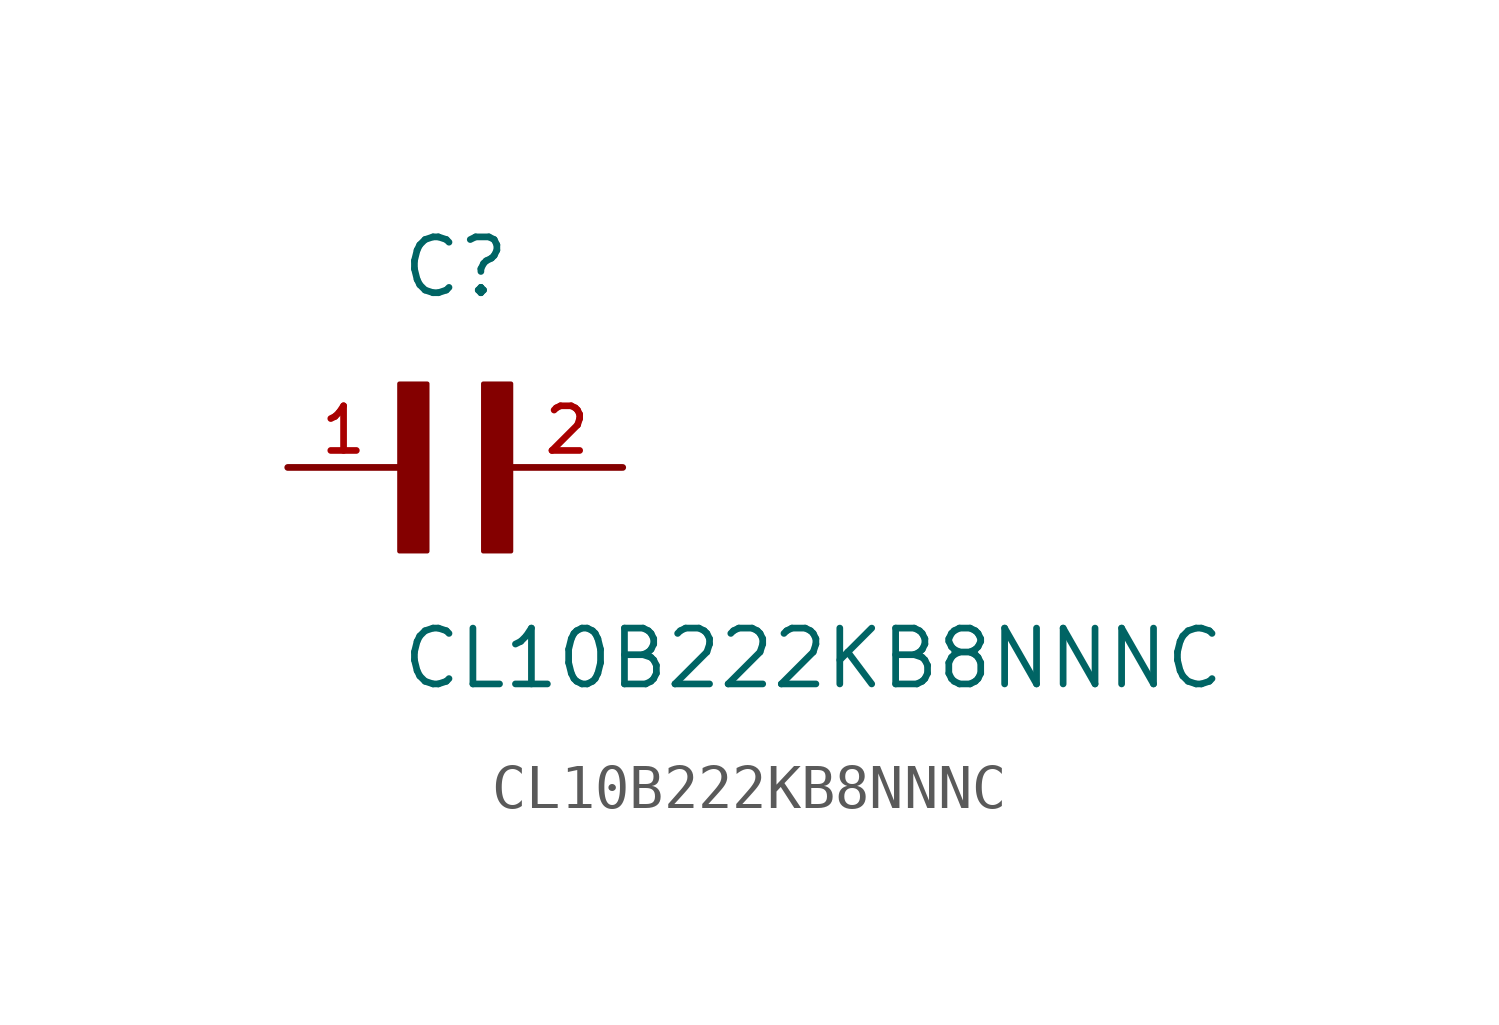
<source format=kicad_sym>
(kicad_symbol_lib
  (version 20211014)
  (generator kicad_symbol_editor)
  (symbol "CL10B222KB8NNNC"
    (pin_names
      (offset 1.016))
    (property "Reference" "C"
      (at 0.0 3.811 0)
      (effects (font (size 1.27 1.27)) (justify bottom left)))
    (property "Value" "CL10B222KB8NNNC"
      (at 0.0 -5.088 0)
      (effects (font (size 1.27 1.27)) (justify bottom left)))
    (symbol "CL10B222KB8NNNC_0_0"
      (rectangle (start 0.0 -1.907) (end 0.635 1.905) (stroke (width 0.1)) (fill (type outline)))
      (rectangle (start 1.907 -1.907) (end 2.54 1.905) (stroke (width 0.1)) (fill (type outline)))
      (pin passive line (at -2.54 0.0 0) (length 2.54) (name "~" (effects (font (size 1.016 1.016)))) (number "1" (effects (font (size 1.016 1.016)))))
      (pin passive line (at 5.08 0.0 180.0) (length 2.54) (name "~" (effects (font (size 1.016 1.016)))) (number "2" (effects (font (size 1.016 1.016))))))))
</source>
